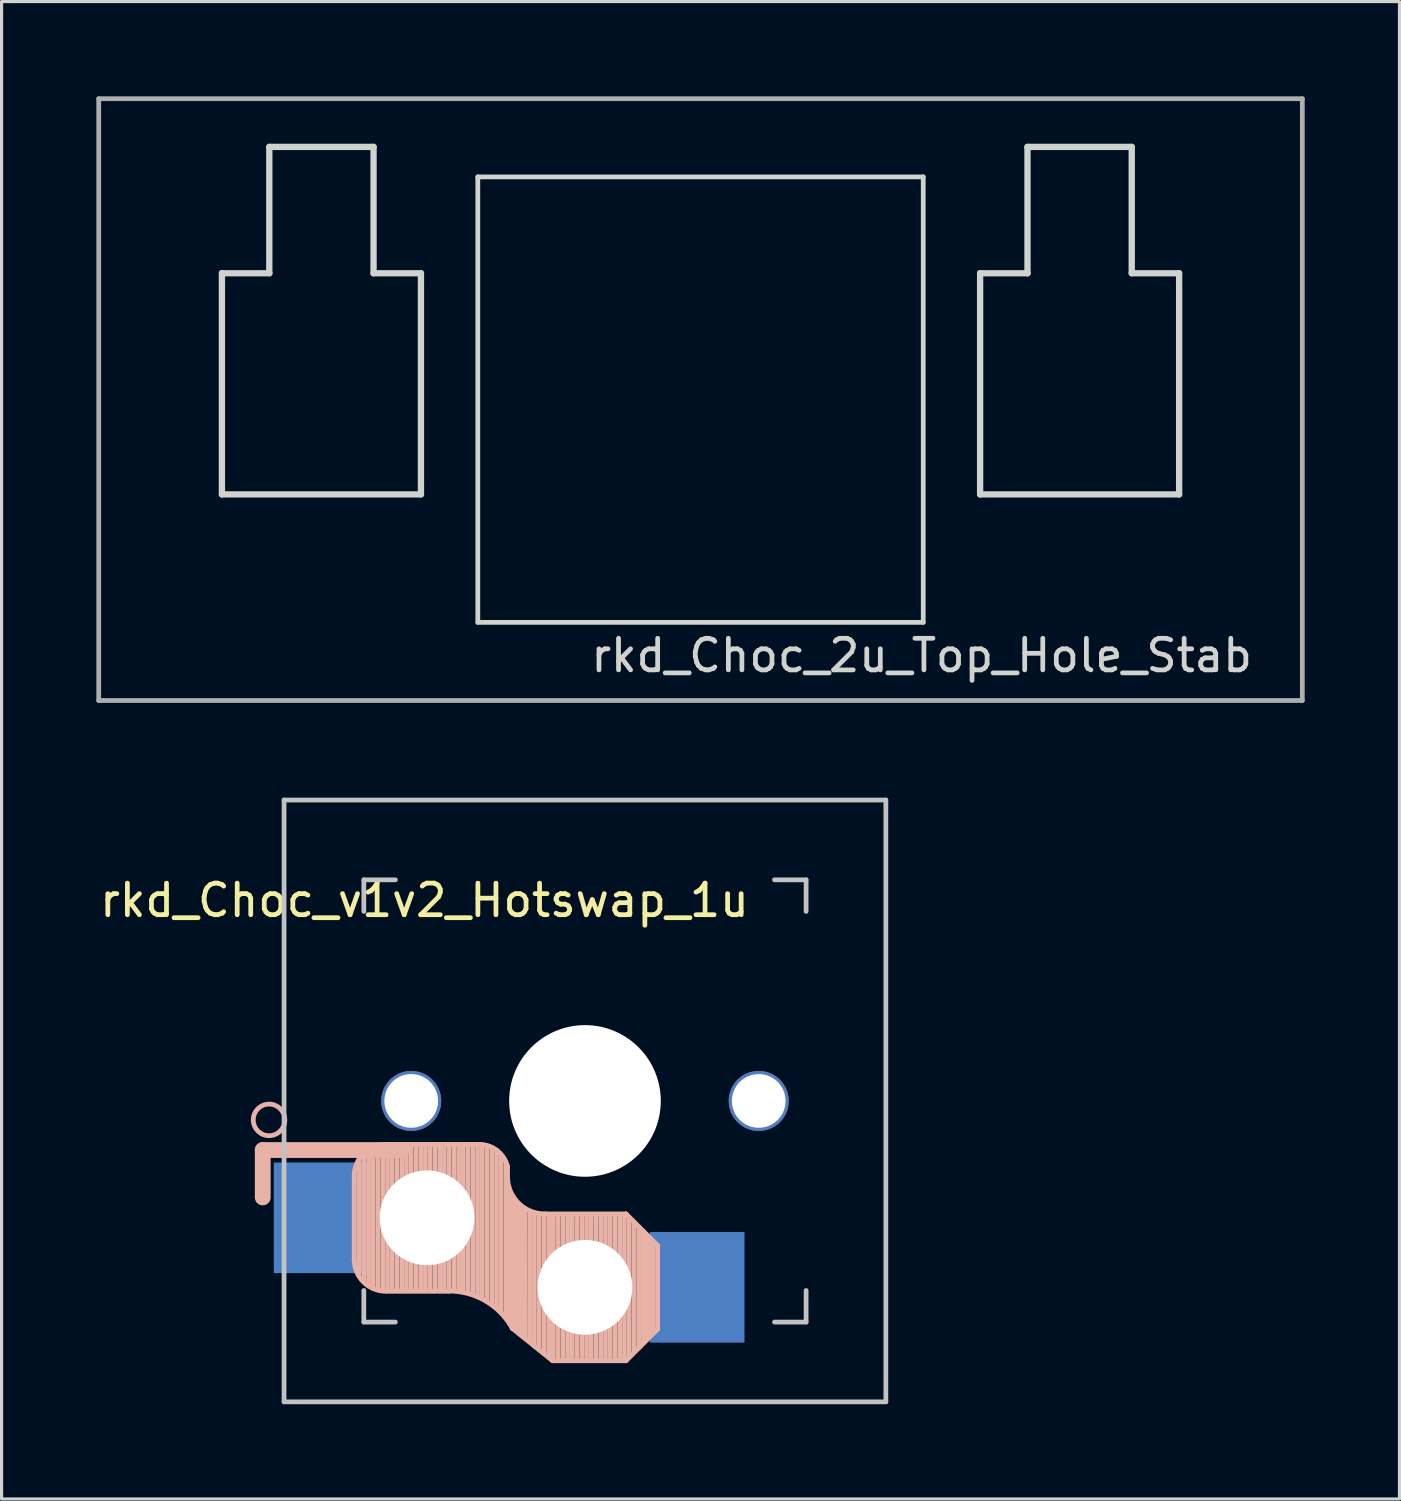
<source format=kicad_pcb>
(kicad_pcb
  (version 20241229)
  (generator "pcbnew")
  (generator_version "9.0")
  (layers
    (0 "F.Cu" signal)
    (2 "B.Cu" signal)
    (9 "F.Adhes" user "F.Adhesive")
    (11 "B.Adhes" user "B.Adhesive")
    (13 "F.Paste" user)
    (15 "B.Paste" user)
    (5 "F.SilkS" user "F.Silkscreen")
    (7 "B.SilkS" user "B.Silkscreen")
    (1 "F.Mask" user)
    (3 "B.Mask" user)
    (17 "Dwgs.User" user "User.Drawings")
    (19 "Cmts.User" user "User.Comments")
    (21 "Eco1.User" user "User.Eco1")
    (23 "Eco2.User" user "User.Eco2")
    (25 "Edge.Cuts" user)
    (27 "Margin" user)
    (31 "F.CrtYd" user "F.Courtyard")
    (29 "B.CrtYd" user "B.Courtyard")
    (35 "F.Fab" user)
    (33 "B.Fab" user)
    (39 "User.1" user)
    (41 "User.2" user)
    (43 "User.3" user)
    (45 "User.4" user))
  (footprint "rkd_Choc_2u_Top_Hole_Stab"
    (layer "F.Cu")
    (at 19.125 9.6)
    (property "Reference" "rkd_Choc_2u_Top_Hole_Stab" (at 7 8.1 0) (layer "Edge.Cuts") (effects (font (size 1 1) (thickness 0.15))))
    (attr through_hole)
    (fp_line (start -15.15 -4) (end -15.15 3) (stroke (width 0.2) (type solid)) (layer "Edge.Cuts"))
    (fp_line (start -13.65 -8) (end -13.65 -4) (stroke (width 0.2) (type solid)) (layer "Edge.Cuts"))
    (fp_line (start -13.65 -8) (end -10.35 -8) (stroke (width 0.2) (type solid)) (layer "Edge.Cuts"))
    (fp_line (start -13.65 -4) (end -15.15 -4) (stroke (width 0.2) (type solid)) (layer "Edge.Cuts"))
    (fp_line (start -10.35 -8) (end -10.35 -4) (stroke (width 0.2) (type solid)) (layer "Edge.Cuts"))
    (fp_line (start -10.35 -4) (end -8.85 -4) (stroke (width 0.2) (type solid)) (layer "Edge.Cuts"))
    (fp_line (start -8.85 -4) (end -8.85 3) (stroke (width 0.2) (type solid)) (layer "Edge.Cuts"))
    (fp_line (start -8.85 3) (end -15.15 3) (stroke (width 0.2) (type solid)) (layer "Edge.Cuts"))
    (fp_line (start -7.05 -7.05) (end 7.05 -7.05) (stroke (width 0.15) (type solid)) (layer "Edge.Cuts"))
    (fp_line (start -7.05 7.05) (end -7.05 -7.05) (stroke (width 0.15) (type solid)) (layer "Edge.Cuts"))
    (fp_line (start 7.05 -7.05) (end 7.05 7.05) (stroke (width 0.15) (type solid)) (layer "Edge.Cuts"))
    (fp_line (start 7.05 7.05) (end -7.05 7.05) (stroke (width 0.15) (type solid)) (layer "Edge.Cuts"))
    (fp_line (start 8.85 -4) (end 8.85 3) (stroke (width 0.2) (type solid)) (layer "Edge.Cuts"))
    (fp_line (start 10.35 -8) (end 10.35 -4) (stroke (width 0.2) (type solid)) (layer "Edge.Cuts"))
    (fp_line (start 10.35 -8) (end 13.65 -8) (stroke (width 0.2) (type solid)) (layer "Edge.Cuts"))
    (fp_line (start 10.35 -4) (end 8.85 -4) (stroke (width 0.2) (type solid)) (layer "Edge.Cuts"))
    (fp_line (start 13.65 -8) (end 13.65 -4) (stroke (width 0.2) (type solid)) (layer "Edge.Cuts"))
    (fp_line (start 13.65 -4) (end 15.15 -4) (stroke (width 0.2) (type solid)) (layer "Edge.Cuts"))
    (fp_line (start 15.15 -4) (end 15.15 3) (stroke (width 0.2) (type solid)) (layer "Edge.Cuts"))
    (fp_line (start 15.15 3) (end 8.85 3) (stroke (width 0.2) (type solid)) (layer "Edge.Cuts"))
    (fp_line (start -19.05 -9.525) (end -19.05 9.525) (stroke (width 0.15) (type solid)) (layer "F.Fab"))
    (fp_line (start -19.05 9.525) (end 19.05 9.525) (stroke (width 0.15) (type solid)) (layer "F.Fab"))
    (fp_line (start 19.05 -9.525) (end -19.05 -9.525) (stroke (width 0.15) (type solid)) (layer "F.Fab"))
    (fp_line (start 19.05 9.525) (end 19.05 -9.525) (stroke (width 0.15) (type solid)) (layer "F.Fab")))
  (footprint "rkd_Choc_v1v2_Hotswap_1u"
    (layer "F.Cu")
    (at 15.467 31.8)
    (property "Reference" "rkd_Choc_v1v2_Hotswap_1u" (at -5.08 -6.35 180) (layer "F.SilkS") (effects (font (size 1 1) (thickness 0.15))))
    (attr through_hole)
    (fp_line (start -10.2 1.555) (end -10.2 3.055) (stroke (width 0.5) (type default)) (layer "B.SilkS"))
    (fp_line (start -7.305 2.375) (end -7.305 5.025) (stroke (width 0.15) (type solid)) (layer "B.SilkS"))
    (fp_line (start -7.15 5.53) (end -7.15 1.85) (stroke (width 0.15) (type solid)) (layer "B.SilkS"))
    (fp_line (start -7 5.7) (end -7 1.73) (stroke (width 0.15) (type solid)) (layer "B.SilkS"))
    (fp_line (start -6.85 5.84) (end -6.85 1.7) (stroke (width 0.15) (type solid)) (layer "B.SilkS"))
    (fp_line (start -6.7 5.92) (end -6.7 1.8) (stroke (width 0.15) (type solid)) (layer "B.SilkS"))
    (fp_line (start -6.55 5.97) (end -6.55 1.65) (stroke (width 0.15) (type solid)) (layer "B.SilkS"))
    (fp_line (start -6.4 6.01) (end -6.4 1.5) (stroke (width 0.15) (type solid)) (layer "B.SilkS"))
    (fp_line (start -6.25 6) (end -6.25 1.4) (stroke (width 0.15) (type solid)) (layer "B.SilkS"))
    (fp_line (start -6.1 6) (end -6.1 1.4) (stroke (width 0.15) (type solid)) (layer "B.SilkS"))
    (fp_line (start -5.95 6) (end -5.95 1.4) (stroke (width 0.15) (type solid)) (layer "B.SilkS"))
    (fp_line (start -5.8 1.555) (end -10.2 1.555) (stroke (width 0.5) (type default)) (layer "B.SilkS"))
    (fp_line (start -5.8 6) (end -5.8 1.4) (stroke (width 0.15) (type solid)) (layer "B.SilkS"))
    (fp_line (start -5.65 6) (end -5.65 1.4) (stroke (width 0.15) (type solid)) (layer "B.SilkS"))
    (fp_line (start -5.5 6) (end -5.5 1.4) (stroke (width 0.15) (type solid)) (layer "B.SilkS"))
    (fp_line (start -5.35 6) (end -5.35 1.4) (stroke (width 0.15) (type solid)) (layer "B.SilkS"))
    (fp_line (start -5.2 6) (end -5.2 1.4) (stroke (width 0.15) (type solid)) (layer "B.SilkS"))
    (fp_line (start -5.05 6) (end -5.05 1.4) (stroke (width 0.15) (type solid)) (layer "B.SilkS"))
    (fp_line (start -4.9 6) (end -4.9 1.4) (stroke (width 0.15) (type solid)) (layer "B.SilkS"))
    (fp_line (start -4.75 6) (end -4.75 1.4) (stroke (width 0.15) (type solid)) (layer "B.SilkS"))
    (fp_line (start -4.6 6) (end -4.6 1.4) (stroke (width 0.15) (type solid)) (layer "B.SilkS"))
    (fp_line (start -4.45 6) (end -4.45 1.4) (stroke (width 0.15) (type solid)) (layer "B.SilkS"))
    (fp_line (start -4.3 6) (end -4.3 1.4) (stroke (width 0.15) (type solid)) (layer "B.SilkS"))
    (fp_line (start -4.3 6.025) (end -6.275 6.025) (stroke (width 0.15) (type solid)) (layer "B.SilkS"))
    (fp_line (start -4.15 6) (end -4.15 1.45) (stroke (width 0.15) (type solid)) (layer "B.SilkS"))
    (fp_line (start -4 6.04) (end -4 1.4) (stroke (width 0.15) (type solid)) (layer "B.SilkS"))
    (fp_line (start -3.85 6.05) (end -3.85 1.4) (stroke (width 0.15) (type solid)) (layer "B.SilkS"))
    (fp_line (start -3.7 6.05) (end -3.7 1.45) (stroke (width 0.15) (type solid)) (layer "B.SilkS"))
    (fp_line (start -3.55 6.1) (end -3.55 1.39) (stroke (width 0.15) (type solid)) (layer "B.SilkS"))
    (fp_line (start -3.4 6.2) (end -3.4 1.38) (stroke (width 0.15) (type solid)) (layer "B.SilkS"))
    (fp_line (start -3.311 1.375) (end -6.275 1.375) (stroke (width 0.15) (type solid)) (layer "B.SilkS"))
    (fp_line (start -3.25 6.25) (end -3.25 1.4) (stroke (width 0.15) (type solid)) (layer "B.SilkS"))
    (fp_line (start -3.1 6.35) (end -3.1 1.43) (stroke (width 0.15) (type solid)) (layer "B.SilkS"))
    (fp_line (start -2.95 6.45) (end -2.95 1.48) (stroke (width 0.15) (type solid)) (layer "B.SilkS"))
    (fp_line (start -2.8 6.55) (end -2.8 1.56) (stroke (width 0.15) (type solid)) (layer "B.SilkS"))
    (fp_line (start -2.65 6.7) (end -2.65 1.75) (stroke (width 0.15) (type solid)) (layer "B.SilkS"))
    (fp_line (start -2.5 6.85) (end -2.5 1.95) (stroke (width 0.15) (type solid)) (layer "B.SilkS"))
    (fp_line (start -2.45 2.4) (end -2.45 2.077) (stroke (width 0.15) (type default)) (layer "B.SilkS"))
    (fp_line (start -2.4 7.02) (end -2.4 2.9) (stroke (width 0.15) (type solid)) (layer "B.SilkS"))
    (fp_line (start -2.3 7.2) (end -2.3 3.05) (stroke (width 0.15) (type solid)) (layer "B.SilkS"))
    (fp_line (start -2.3 7.2) (end -1.025 8.225) (stroke (width 0.15) (type solid)) (layer "B.SilkS"))
    (fp_line (start -2.2 7.27) (end -2.2 3.25) (stroke (width 0.15) (type solid)) (layer "B.SilkS"))
    (fp_line (start -2.1 7.35) (end -2.1 3.35) (stroke (width 0.15) (type solid)) (layer "B.SilkS"))
    (fp_line (start -2 7.43) (end -2 3.4) (stroke (width 0.15) (type solid)) (layer "B.SilkS"))
    (fp_line (start -1.89 7.52) (end -1.9 3.45) (stroke (width 0.15) (type solid)) (layer "B.SilkS"))
    (fp_line (start -1.75 7.62) (end -1.75 3.5) (stroke (width 0.15) (type solid)) (layer "B.SilkS"))
    (fp_line (start -1.6 7.76) (end -1.6 3.6) (stroke (width 0.15) (type solid)) (layer "B.SilkS"))
    (fp_line (start -1.45 7.88) (end -1.45 3.6) (stroke (width 0.15) (type solid)) (layer "B.SilkS"))
    (fp_line (start -1.3 7.99) (end -1.3 3.6) (stroke (width 0.15) (type solid)) (layer "B.SilkS"))
    (fp_line (start -1.15 8.11) (end -1.15 3.65) (stroke (width 0.15) (type solid)) (layer "B.SilkS"))
    (fp_line (start -1 8.2) (end -1 3.6) (stroke (width 0.15) (type solid)) (layer "B.SilkS"))
    (fp_line (start -0.85 8.2) (end -0.85 3.6) (stroke (width 0.15) (type solid)) (layer "B.SilkS"))
    (fp_line (start -0.7 8.2) (end -0.7 3.6) (stroke (width 0.15) (type solid)) (layer "B.SilkS"))
    (fp_line (start -0.55 8.2) (end -0.55 3.6) (stroke (width 0.15) (type solid)) (layer "B.SilkS"))
    (fp_line (start -0.4 8.2) (end -0.4 3.6) (stroke (width 0.15) (type solid)) (layer "B.SilkS"))
    (fp_line (start -0.25 8.2) (end -0.25 3.6) (stroke (width 0.15) (type solid)) (layer "B.SilkS"))
    (fp_line (start -0.1 8.2) (end -0.1 3.6) (stroke (width 0.15) (type solid)) (layer "B.SilkS"))
    (fp_line (start 0.05 8.2) (end 0.05 3.6) (stroke (width 0.15) (type solid)) (layer "B.SilkS"))
    (fp_line (start 0.2 8.2) (end 0.2 3.6) (stroke (width 0.15) (type solid)) (layer "B.SilkS"))
    (fp_line (start 0.35 8.2) (end 0.35 3.6) (stroke (width 0.15) (type solid)) (layer "B.SilkS"))
    (fp_line (start 0.5 8.2) (end 0.5 3.6) (stroke (width 0.15) (type solid)) (layer "B.SilkS"))
    (fp_line (start 0.65 8.2) (end 0.65 3.6) (stroke (width 0.15) (type solid)) (layer "B.SilkS"))
    (fp_line (start 0.8 8.2) (end 0.8 3.6) (stroke (width 0.15) (type solid)) (layer "B.SilkS"))
    (fp_line (start 0.95 8.2) (end 0.95 3.6) (stroke (width 0.15) (type solid)) (layer "B.SilkS"))
    (fp_line (start 1.1 8.2) (end 1.1 3.6) (stroke (width 0.15) (type solid)) (layer "B.SilkS"))
    (fp_line (start 1.25 8.2) (end 1.25 3.6) (stroke (width 0.15) (type solid)) (layer "B.SilkS"))
    (fp_line (start 1.3 3.575) (end -1.275 3.575) (stroke (width 0.15) (type solid)) (layer "B.SilkS"))
    (fp_line (start 1.3 8.225) (end -1.025 8.225) (stroke (width 0.15) (type solid)) (layer "B.SilkS"))
    (fp_line (start 1.4 8.09) (end 1.4 3.7) (stroke (width 0.15) (type solid)) (layer "B.SilkS"))
    (fp_line (start 1.55 7.95) (end 1.55 3.83) (stroke (width 0.15) (type solid)) (layer "B.SilkS"))
    (fp_line (start 1.7 7.82) (end 1.7 3.99) (stroke (width 0.15) (type solid)) (layer "B.SilkS"))
    (fp_line (start 1.85 7.66) (end 1.85 4.13) (stroke (width 0.15) (type solid)) (layer "B.SilkS"))
    (fp_line (start 1.95 7.56) (end 1.95 4.23) (stroke (width 0.15) (type solid)) (layer "B.SilkS"))
    (fp_line (start 2.05 7.45) (end 2.05 4.33) (stroke (width 0.15) (type solid)) (layer "B.SilkS"))
    (fp_line (start 2.15 7.37) (end 2.15 4.44) (stroke (width 0.15) (type solid)) (layer "B.SilkS"))
    (fp_line (start 2.3 4.575) (end 1.3 3.575) (stroke (width 0.15) (type solid)) (layer "B.SilkS"))
    (fp_line (start 2.3 4.575) (end 2.3 7.225) (stroke (width 0.15) (type solid)) (layer "B.SilkS"))
    (fp_line (start 2.3 7.225) (end 1.3 8.225) (stroke (width 0.15) (type solid)) (layer "B.SilkS"))
    (fp_arc (start -7.305 2.375) (mid -7.012107 1.667893) (end -6.305 1.375) (stroke (width 0.15) (type solid)) (layer "B.SilkS"))
    (fp_arc (start -6.305 6.025) (mid -7.012107 5.732107) (end -7.305 5.025) (stroke (width 0.15) (type solid)) (layer "B.SilkS"))
    (fp_arc (start -4.3 6.017458) (mid -3.138277 6.335211) (end -2.3 7.2) (stroke (width 0.15) (type solid)) (layer "B.SilkS"))
    (fp_arc (start -3.311204 1.375) (mid -2.763915 1.58277) (end -2.45 2.076887) (stroke (width 0.15) (type solid)) (layer "B.SilkS"))
    (fp_arc (start -1.275 3.575) (mid -2.10585 3.23085) (end -2.45 2.4) (stroke (width 0.15) (type solid)) (layer "B.SilkS"))
    (fp_circle (center -10 0.6) (end -9.5 0.6) (stroke (width 0.15) (type default)) (fill no) (layer "B.SilkS"))
    (fp_line (start -9.525 -9.525) (end 9.525 -9.525) (stroke (width 0.15) (type solid)) (layer "Dwgs.User"))
    (fp_line (start -9.525 9.525) (end -9.525 -9.525) (stroke (width 0.15) (type solid)) (layer "Dwgs.User"))
    (fp_line (start -7 -7) (end -6 -7) (stroke (width 0.15) (type solid)) (layer "Dwgs.User"))
    (fp_line (start -7 -6) (end -7 -7) (stroke (width 0.15) (type solid)) (layer "Dwgs.User"))
    (fp_line (start -7 7) (end -7 6) (stroke (width 0.15) (type solid)) (layer "Dwgs.User"))
    (fp_line (start -6 7) (end -7 7) (stroke (width 0.15) (type solid)) (layer "Dwgs.User"))
    (fp_line (start 6 7) (end 7 7) (stroke (width 0.15) (type solid)) (layer "Dwgs.User"))
    (fp_line (start 7 -7) (end 6 -7) (stroke (width 0.15) (type solid)) (layer "Dwgs.User"))
    (fp_line (start 7 -6) (end 7 -7) (stroke (width 0.15) (type solid)) (layer "Dwgs.User"))
    (fp_line (start 7 7) (end 7 6) (stroke (width 0.15) (type solid)) (layer "Dwgs.User"))
    (fp_line (start 9.525 -9.525) (end 9.525 9.525) (stroke (width 0.15) (type solid)) (layer "Dwgs.User"))
    (fp_line (start 9.525 9.525) (end -9.525 9.525) (stroke (width 0.15) (type solid)) (layer "Dwgs.User"))
    (pad "" np_thru_hole circle (at -5.5 0) (size 1.9 1.9) (drill 1.7) (layers "*.Cu" "*.Mask"))
    (pad "" np_thru_hole circle (at -5 3.7 90) (size 3 3) (drill 3) (layers "*.Cu" "*.Mask"))
    (pad "" np_thru_hole circle (at 0 0 90) (size 4.8 4.8) (drill 4.8) (layers "*.Cu" "*.Mask"))
    (pad "" np_thru_hole circle (at 0 5.9 90) (size 3 3) (drill 3) (layers "*.Cu" "*.Mask"))
    (pad "" np_thru_hole circle (at 5.5 0) (size 1.9 1.9) (drill 1.7) (layers "*.Cu" "*.Mask"))
    (pad "1" smd rect (at -8.35 3.7 180) (size 3 3.5) (layers "B.Cu" "B.Mask" "B.Paste"))
    (pad "2" smd rect (at 3.55 5.9 180) (size 3 3.5) (layers "B.Cu" "B.Mask" "B.Paste")))
  (gr_rect
    (start -3 -3)
    (end 41.25 44.4)
    (stroke (width 0.1) (type default))
    (fill no)
    (layer "Edge.Cuts")))
</source>
